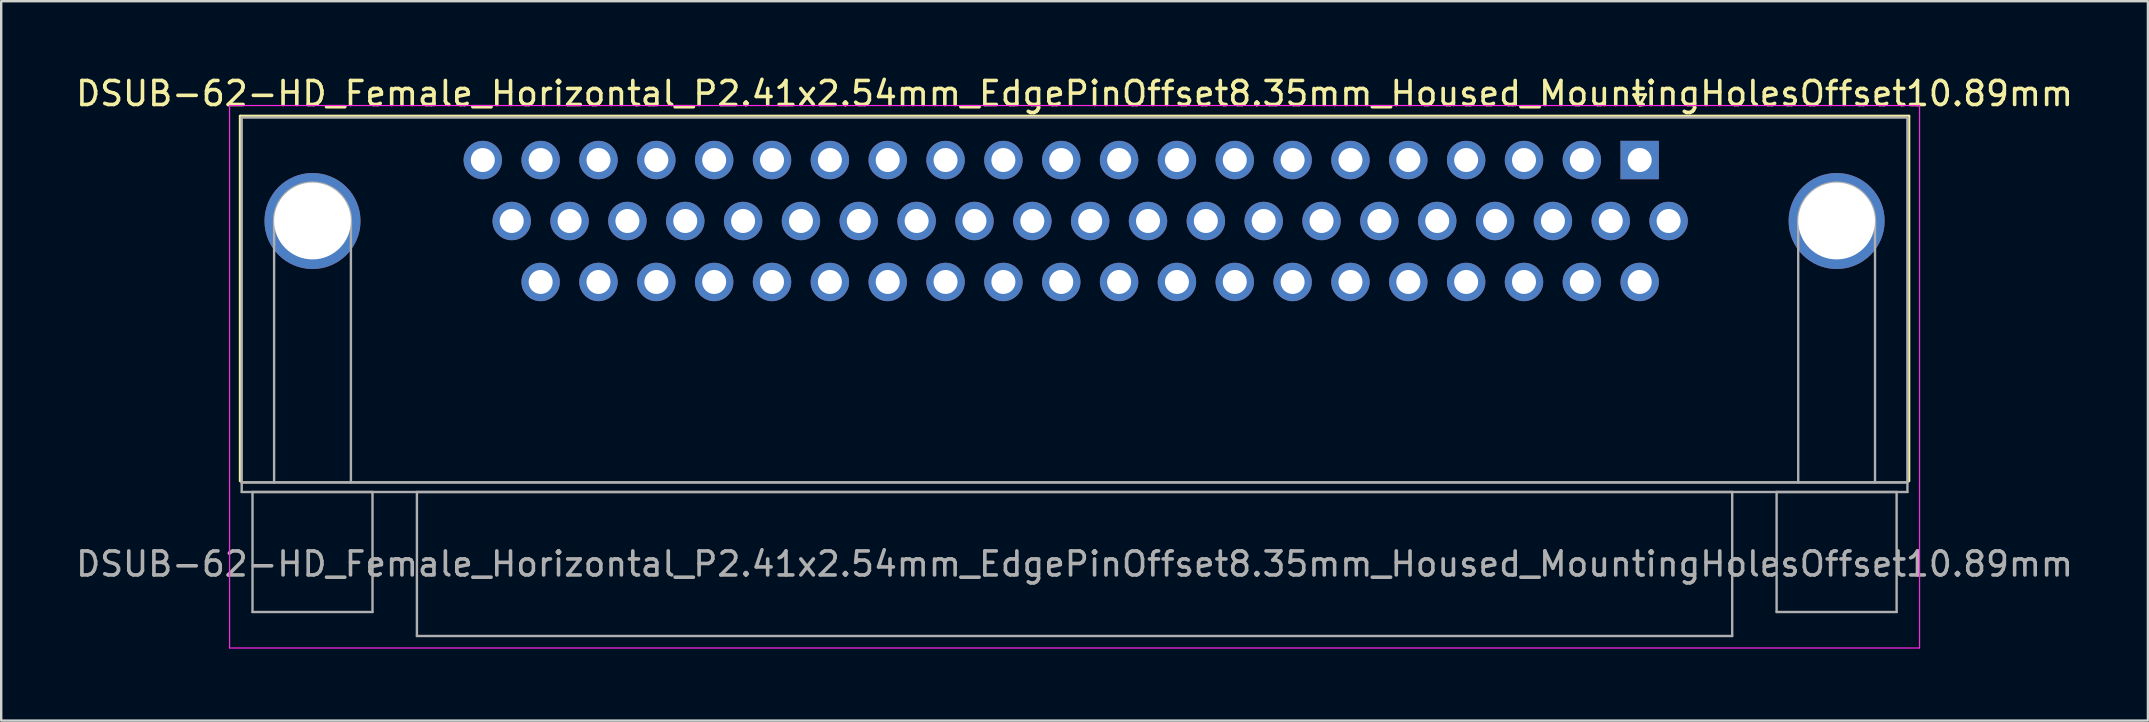
<source format=kicad_pcb>
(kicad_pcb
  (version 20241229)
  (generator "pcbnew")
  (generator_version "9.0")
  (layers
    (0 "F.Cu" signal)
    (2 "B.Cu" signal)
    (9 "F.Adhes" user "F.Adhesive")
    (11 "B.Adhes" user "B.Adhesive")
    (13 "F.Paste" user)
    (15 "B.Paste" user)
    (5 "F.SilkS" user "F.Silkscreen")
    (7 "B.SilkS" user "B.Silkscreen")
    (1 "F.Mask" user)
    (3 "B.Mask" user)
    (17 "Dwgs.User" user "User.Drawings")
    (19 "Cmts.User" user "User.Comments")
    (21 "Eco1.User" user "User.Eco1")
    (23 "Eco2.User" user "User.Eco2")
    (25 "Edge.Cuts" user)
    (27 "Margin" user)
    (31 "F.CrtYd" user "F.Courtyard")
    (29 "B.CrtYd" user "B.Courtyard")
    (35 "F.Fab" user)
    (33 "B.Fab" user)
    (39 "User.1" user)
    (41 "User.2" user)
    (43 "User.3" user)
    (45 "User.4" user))
  (footprint "DSUB-62-HD_Female_Horizontal_P2.41x2.54mm_EdgePinOffset8.35mm_Housed_MountingHolesOffset10.89mm"
    (layer "F.Cu")
    (at 65.265 3.618)
    (property "Reference" "DSUB-62-HD_Female_Horizontal_P2.41x2.54mm_EdgePinOffset8.35mm_Housed_MountingHolesOffset10.89mm" (at -23.545 -2.77 0) (layer "F.SilkS") (effects (font (size 1 1) (thickness 0.15))))
    (attr through_hole)
    (fp_line (start -58.305 -1.83) (end 11.215 -1.83) (stroke (width 0.12) (type solid)) (layer "F.SilkS"))
    (fp_line (start -58.305 13.37) (end -58.305 -1.83) (stroke (width 0.12) (type solid)) (layer "F.SilkS"))
    (fp_line (start -0.25 -2.724) (end 0.25 -2.724) (stroke (width 0.12) (type solid)) (layer "F.SilkS"))
    (fp_line (start 0 -2.291) (end -0.25 -2.724) (stroke (width 0.12) (type solid)) (layer "F.SilkS"))
    (fp_line (start 0.25 -2.724) (end 0 -2.291) (stroke (width 0.12) (type solid)) (layer "F.SilkS"))
    (fp_line (start 11.215 -1.83) (end 11.215 13.37) (stroke (width 0.12) (type solid)) (layer "F.SilkS"))
    (fp_line (start -58.75 -2.27) (end -58.75 20.33) (stroke (width 0.05) (type solid)) (layer "F.CrtYd"))
    (fp_line (start -58.75 20.33) (end 11.66 20.33) (stroke (width 0.05) (type solid)) (layer "F.CrtYd"))
    (fp_line (start 11.66 -2.27) (end -58.75 -2.27) (stroke (width 0.05) (type solid)) (layer "F.CrtYd"))
    (fp_line (start 11.66 20.33) (end 11.66 -2.27) (stroke (width 0.05) (type solid)) (layer "F.CrtYd"))
    (fp_line (start -58.245 -1.77) (end -58.245 13.43) (stroke (width 0.1) (type solid)) (layer "F.Fab"))
    (fp_line (start -58.245 13.43) (end -58.245 13.83) (stroke (width 0.1) (type solid)) (layer "F.Fab"))
    (fp_line (start -58.245 13.43) (end 11.155 13.43) (stroke (width 0.1) (type solid)) (layer "F.Fab"))
    (fp_line (start -58.245 13.83) (end 11.155 13.83) (stroke (width 0.1) (type solid)) (layer "F.Fab"))
    (fp_line (start -57.795 13.83) (end -57.795 18.83) (stroke (width 0.1) (type solid)) (layer "F.Fab"))
    (fp_line (start -57.795 18.83) (end -52.795 18.83) (stroke (width 0.1) (type solid)) (layer "F.Fab"))
    (fp_line (start -56.895 13.43) (end -56.895 2.54) (stroke (width 0.1) (type solid)) (layer "F.Fab"))
    (fp_line (start -53.695 13.43) (end -53.695 2.54) (stroke (width 0.1) (type solid)) (layer "F.Fab"))
    (fp_line (start -52.795 13.83) (end -57.795 13.83) (stroke (width 0.1) (type solid)) (layer "F.Fab"))
    (fp_line (start -52.795 18.83) (end -52.795 13.83) (stroke (width 0.1) (type solid)) (layer "F.Fab"))
    (fp_line (start -50.945 13.83) (end -50.945 19.83) (stroke (width 0.1) (type solid)) (layer "F.Fab"))
    (fp_line (start -50.945 19.83) (end 3.855 19.83) (stroke (width 0.1) (type solid)) (layer "F.Fab"))
    (fp_line (start 3.855 13.83) (end -50.945 13.83) (stroke (width 0.1) (type solid)) (layer "F.Fab"))
    (fp_line (start 3.855 19.83) (end 3.855 13.83) (stroke (width 0.1) (type solid)) (layer "F.Fab"))
    (fp_line (start 5.705 13.83) (end 5.705 18.83) (stroke (width 0.1) (type solid)) (layer "F.Fab"))
    (fp_line (start 5.705 18.83) (end 10.705 18.83) (stroke (width 0.1) (type solid)) (layer "F.Fab"))
    (fp_line (start 6.605 13.43) (end 6.605 2.54) (stroke (width 0.1) (type solid)) (layer "F.Fab"))
    (fp_line (start 9.805 13.43) (end 9.805 2.54) (stroke (width 0.1) (type solid)) (layer "F.Fab"))
    (fp_line (start 10.705 13.83) (end 5.705 13.83) (stroke (width 0.1) (type solid)) (layer "F.Fab"))
    (fp_line (start 10.705 18.83) (end 10.705 13.83) (stroke (width 0.1) (type solid)) (layer "F.Fab"))
    (fp_line (start 11.155 -1.77) (end -58.245 -1.77) (stroke (width 0.1) (type solid)) (layer "F.Fab"))
    (fp_line (start 11.155 13.43) (end -58.245 13.43) (stroke (width 0.1) (type solid)) (layer "F.Fab"))
    (fp_line (start 11.155 13.43) (end 11.155 -1.77) (stroke (width 0.1) (type solid)) (layer "F.Fab"))
    (fp_line (start 11.155 13.83) (end 11.155 13.43) (stroke (width 0.1) (type solid)) (layer "F.Fab"))
    (fp_arc (start -56.895 2.54) (mid -55.295 0.94) (end -53.695 2.54) (stroke (width 0.1) (type solid)) (layer "F.Fab"))
    (fp_arc (start 6.605 2.54) (mid 8.205 0.94) (end 9.805 2.54) (stroke (width 0.1) (type solid)) (layer "F.Fab"))
    (fp_text user "${REFERENCE}" (at -23.545 16.83 0) (layer "F.Fab") (effects (font (size 1 1) (thickness 0.15))))
    (pad "0" thru_hole circle (at -55.295 2.54) (size 4 4) (drill 3.2) (layers "*.Cu" "*.Mask"))
    (pad "0" thru_hole circle (at 8.205 2.54) (size 4 4) (drill 3.2) (layers "*.Cu" "*.Mask"))
    (pad "1" thru_hole rect (at 0 0) (size 1.6 1.6) (drill 1) (layers "*.Cu" "*.Mask"))
    (pad "2" thru_hole circle (at -2.41 0) (size 1.6 1.6) (drill 1) (layers "*.Cu" "*.Mask"))
    (pad "3" thru_hole circle (at -4.82 0) (size 1.6 1.6) (drill 1) (layers "*.Cu" "*.Mask"))
    (pad "4" thru_hole circle (at -7.23 0) (size 1.6 1.6) (drill 1) (layers "*.Cu" "*.Mask"))
    (pad "5" thru_hole circle (at -9.64 0) (size 1.6 1.6) (drill 1) (layers "*.Cu" "*.Mask"))
    (pad "6" thru_hole circle (at -12.05 0) (size 1.6 1.6) (drill 1) (layers "*.Cu" "*.Mask"))
    (pad "7" thru_hole circle (at -14.46 0) (size 1.6 1.6) (drill 1) (layers "*.Cu" "*.Mask"))
    (pad "8" thru_hole circle (at -16.87 0) (size 1.6 1.6) (drill 1) (layers "*.Cu" "*.Mask"))
    (pad "9" thru_hole circle (at -19.28 0) (size 1.6 1.6) (drill 1) (layers "*.Cu" "*.Mask"))
    (pad "10" thru_hole circle (at -21.69 0) (size 1.6 1.6) (drill 1) (layers "*.Cu" "*.Mask"))
    (pad "11" thru_hole circle (at -24.1 0) (size 1.6 1.6) (drill 1) (layers "*.Cu" "*.Mask"))
    (pad "12" thru_hole circle (at -26.51 0) (size 1.6 1.6) (drill 1) (layers "*.Cu" "*.Mask"))
    (pad "13" thru_hole circle (at -28.92 0) (size 1.6 1.6) (drill 1) (layers "*.Cu" "*.Mask"))
    (pad "14" thru_hole circle (at -31.33 0) (size 1.6 1.6) (drill 1) (layers "*.Cu" "*.Mask"))
    (pad "15" thru_hole circle (at -33.74 0) (size 1.6 1.6) (drill 1) (layers "*.Cu" "*.Mask"))
    (pad "16" thru_hole circle (at -36.15 0) (size 1.6 1.6) (drill 1) (layers "*.Cu" "*.Mask"))
    (pad "17" thru_hole circle (at -38.56 0) (size 1.6 1.6) (drill 1) (layers "*.Cu" "*.Mask"))
    (pad "18" thru_hole circle (at -40.97 0) (size 1.6 1.6) (drill 1) (layers "*.Cu" "*.Mask"))
    (pad "19" thru_hole circle (at -43.38 0) (size 1.6 1.6) (drill 1) (layers "*.Cu" "*.Mask"))
    (pad "20" thru_hole circle (at -45.79 0) (size 1.6 1.6) (drill 1) (layers "*.Cu" "*.Mask"))
    (pad "21" thru_hole circle (at -48.2 0) (size 1.6 1.6) (drill 1) (layers "*.Cu" "*.Mask"))
    (pad "22" thru_hole circle (at 1.205 2.54) (size 1.6 1.6) (drill 1) (layers "*.Cu" "*.Mask"))
    (pad "23" thru_hole circle (at -1.205 2.54) (size 1.6 1.6) (drill 1) (layers "*.Cu" "*.Mask"))
    (pad "24" thru_hole circle (at -3.615 2.54) (size 1.6 1.6) (drill 1) (layers "*.Cu" "*.Mask"))
    (pad "25" thru_hole circle (at -6.025 2.54) (size 1.6 1.6) (drill 1) (layers "*.Cu" "*.Mask"))
    (pad "26" thru_hole circle (at -8.435 2.54) (size 1.6 1.6) (drill 1) (layers "*.Cu" "*.Mask"))
    (pad "27" thru_hole circle (at -10.845 2.54) (size 1.6 1.6) (drill 1) (layers "*.Cu" "*.Mask"))
    (pad "28" thru_hole circle (at -13.255 2.54) (size 1.6 1.6) (drill 1) (layers "*.Cu" "*.Mask"))
    (pad "29" thru_hole circle (at -15.665 2.54) (size 1.6 1.6) (drill 1) (layers "*.Cu" "*.Mask"))
    (pad "30" thru_hole circle (at -18.075 2.54) (size 1.6 1.6) (drill 1) (layers "*.Cu" "*.Mask"))
    (pad "31" thru_hole circle (at -20.485 2.54) (size 1.6 1.6) (drill 1) (layers "*.Cu" "*.Mask"))
    (pad "32" thru_hole circle (at -22.895 2.54) (size 1.6 1.6) (drill 1) (layers "*.Cu" "*.Mask"))
    (pad "33" thru_hole circle (at -25.305 2.54) (size 1.6 1.6) (drill 1) (layers "*.Cu" "*.Mask"))
    (pad "34" thru_hole circle (at -27.715 2.54) (size 1.6 1.6) (drill 1) (layers "*.Cu" "*.Mask"))
    (pad "35" thru_hole circle (at -30.125 2.54) (size 1.6 1.6) (drill 1) (layers "*.Cu" "*.Mask"))
    (pad "36" thru_hole circle (at -32.535 2.54) (size 1.6 1.6) (drill 1) (layers "*.Cu" "*.Mask"))
    (pad "37" thru_hole circle (at -34.945 2.54) (size 1.6 1.6) (drill 1) (layers "*.Cu" "*.Mask"))
    (pad "38" thru_hole circle (at -37.355 2.54) (size 1.6 1.6) (drill 1) (layers "*.Cu" "*.Mask"))
    (pad "39" thru_hole circle (at -39.765 2.54) (size 1.6 1.6) (drill 1) (layers "*.Cu" "*.Mask"))
    (pad "40" thru_hole circle (at -42.175 2.54) (size 1.6 1.6) (drill 1) (layers "*.Cu" "*.Mask"))
    (pad "41" thru_hole circle (at -44.585 2.54) (size 1.6 1.6) (drill 1) (layers "*.Cu" "*.Mask"))
    (pad "42" thru_hole circle (at -46.995 2.54) (size 1.6 1.6) (drill 1) (layers "*.Cu" "*.Mask"))
    (pad "43" thru_hole circle (at 0 5.08) (size 1.6 1.6) (drill 1) (layers "*.Cu" "*.Mask"))
    (pad "44" thru_hole circle (at -2.41 5.08) (size 1.6 1.6) (drill 1) (layers "*.Cu" "*.Mask"))
    (pad "45" thru_hole circle (at -4.82 5.08) (size 1.6 1.6) (drill 1) (layers "*.Cu" "*.Mask"))
    (pad "46" thru_hole circle (at -7.23 5.08) (size 1.6 1.6) (drill 1) (layers "*.Cu" "*.Mask"))
    (pad "47" thru_hole circle (at -9.64 5.08) (size 1.6 1.6) (drill 1) (layers "*.Cu" "*.Mask"))
    (pad "48" thru_hole circle (at -12.05 5.08) (size 1.6 1.6) (drill 1) (layers "*.Cu" "*.Mask"))
    (pad "49" thru_hole circle (at -14.46 5.08) (size 1.6 1.6) (drill 1) (layers "*.Cu" "*.Mask"))
    (pad "50" thru_hole circle (at -16.87 5.08) (size 1.6 1.6) (drill 1) (layers "*.Cu" "*.Mask"))
    (pad "51" thru_hole circle (at -19.28 5.08) (size 1.6 1.6) (drill 1) (layers "*.Cu" "*.Mask"))
    (pad "52" thru_hole circle (at -21.69 5.08) (size 1.6 1.6) (drill 1) (layers "*.Cu" "*.Mask"))
    (pad "53" thru_hole circle (at -24.1 5.08) (size 1.6 1.6) (drill 1) (layers "*.Cu" "*.Mask"))
    (pad "54" thru_hole circle (at -26.51 5.08) (size 1.6 1.6) (drill 1) (layers "*.Cu" "*.Mask"))
    (pad "55" thru_hole circle (at -28.92 5.08) (size 1.6 1.6) (drill 1) (layers "*.Cu" "*.Mask"))
    (pad "56" thru_hole circle (at -31.33 5.08) (size 1.6 1.6) (drill 1) (layers "*.Cu" "*.Mask"))
    (pad "57" thru_hole circle (at -33.74 5.08) (size 1.6 1.6) (drill 1) (layers "*.Cu" "*.Mask"))
    (pad "58" thru_hole circle (at -36.15 5.08) (size 1.6 1.6) (drill 1) (layers "*.Cu" "*.Mask"))
    (pad "59" thru_hole circle (at -38.56 5.08) (size 1.6 1.6) (drill 1) (layers "*.Cu" "*.Mask"))
    (pad "60" thru_hole circle (at -40.97 5.08) (size 1.6 1.6) (drill 1) (layers "*.Cu" "*.Mask"))
    (pad "61" thru_hole circle (at -43.38 5.08) (size 1.6 1.6) (drill 1) (layers "*.Cu" "*.Mask"))
    (pad "62" thru_hole circle (at -45.79 5.08) (size 1.6 1.6) (drill 1) (layers "*.Cu" "*.Mask")))
  (gr_rect
    (start -3 -3)
    (end 86.44 26.973)
    (stroke (width 0.1) (type default))
    (fill no)
    (layer "Edge.Cuts")))
</source>
